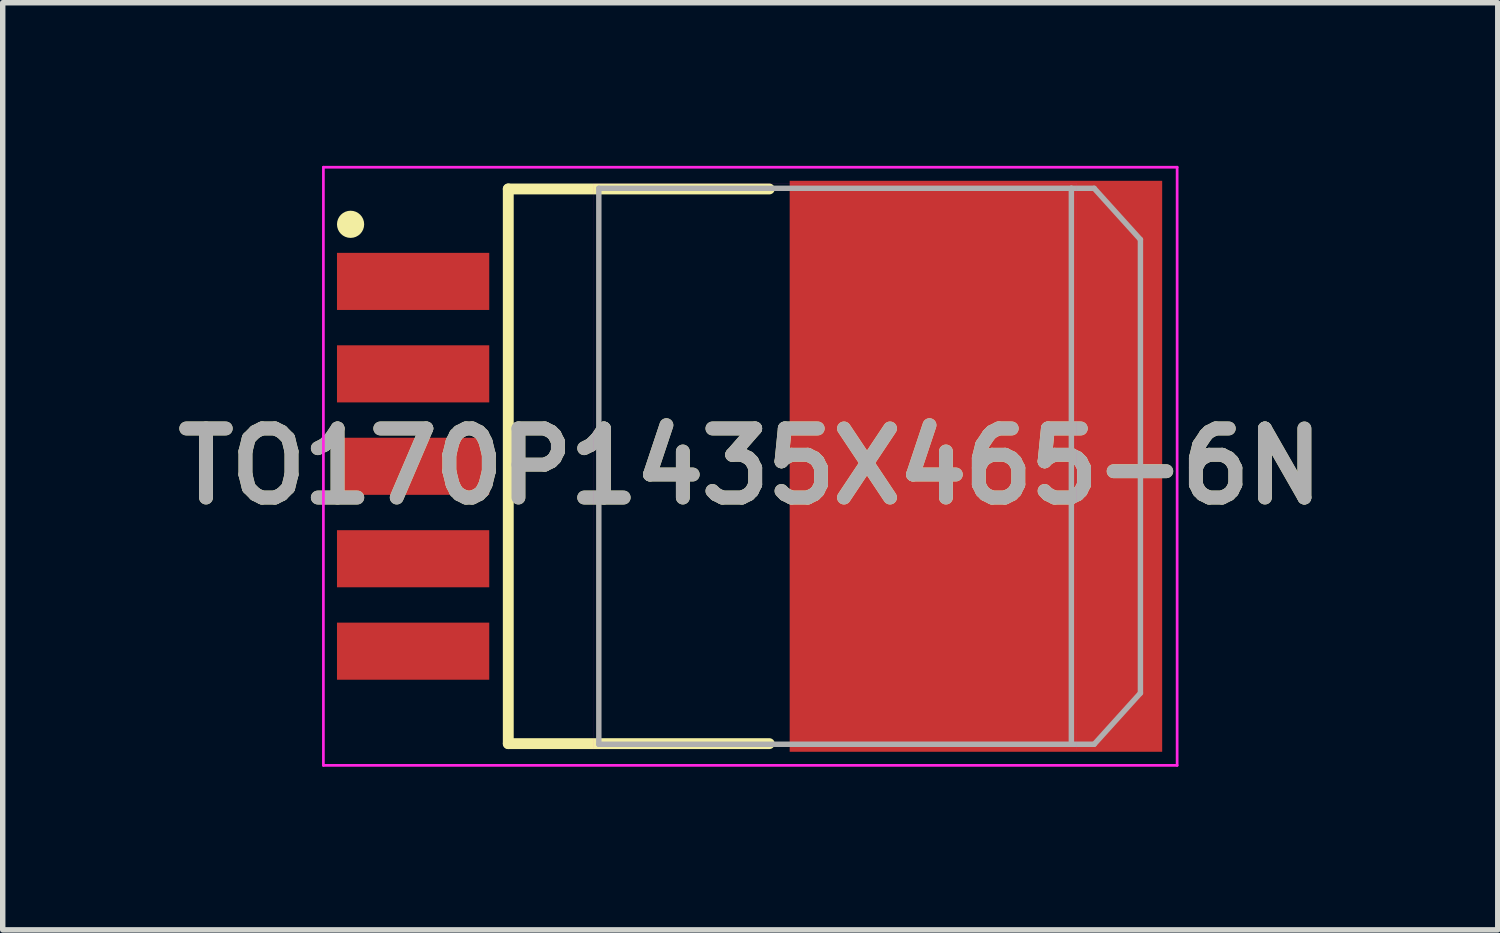
<source format=kicad_pcb>
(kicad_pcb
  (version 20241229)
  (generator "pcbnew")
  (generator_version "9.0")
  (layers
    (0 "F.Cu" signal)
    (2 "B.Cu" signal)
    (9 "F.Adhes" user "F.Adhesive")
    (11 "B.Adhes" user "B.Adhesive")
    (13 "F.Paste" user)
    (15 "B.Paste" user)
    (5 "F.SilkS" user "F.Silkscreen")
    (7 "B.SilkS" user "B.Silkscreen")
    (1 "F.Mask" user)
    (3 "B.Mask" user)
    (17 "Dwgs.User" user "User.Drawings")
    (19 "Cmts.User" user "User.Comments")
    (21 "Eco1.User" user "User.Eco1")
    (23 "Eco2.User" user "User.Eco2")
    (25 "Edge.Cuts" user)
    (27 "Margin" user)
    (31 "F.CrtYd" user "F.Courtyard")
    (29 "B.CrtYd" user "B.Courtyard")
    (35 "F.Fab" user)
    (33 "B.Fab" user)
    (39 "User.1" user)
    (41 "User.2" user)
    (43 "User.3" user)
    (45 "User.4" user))
  (footprint "TO170P1435X465-6N"
    (layer "F.Cu")
    (at 10.747 5.525)
    (property "Reference" "TO170P1435X465-6N" (at 0 0 0) (layer "F.SilkS") (effects (font (size 1.27 1.27) (thickness 0.254))))
    (attr smd)
    (fp_line (start -4.45 -5.1) (end 0.35 -5.1) (stroke (width 0.2) (type solid)) (layer "F.SilkS"))
    (fp_line (start -4.45 5.1) (end -4.45 -5.1) (stroke (width 0.2) (type solid)) (layer "F.SilkS"))
    (fp_line (start 0.35 5.1) (end -4.45 5.1) (stroke (width 0.2) (type solid)) (layer "F.SilkS"))
    (fp_circle (center -7.35 -4.45) (end -7.35 -4.325) (stroke (width 0.25) (type solid)) (fill no) (layer "F.SilkS"))
    (fp_line (start -7.85 -5.5) (end -7.85 5.5) (stroke (width 0.05) (type solid)) (layer "F.CrtYd"))
    (fp_line (start -7.85 5.5) (end 7.85 5.5) (stroke (width 0.05) (type solid)) (layer "F.CrtYd"))
    (fp_line (start -2.885 -5.205) (end -2.885 5.205) (stroke (width 0.001) (type solid)) (layer "F.CrtYd"))
    (fp_line (start -2.885 5.205) (end 6.005 5.205) (stroke (width 0.001) (type solid)) (layer "F.CrtYd"))
    (fp_line (start 6.005 -5.205) (end -2.885 -5.205) (stroke (width 0.001) (type solid)) (layer "F.CrtYd"))
    (fp_line (start 6.005 5.205) (end 6.005 -5.205) (stroke (width 0.001) (type solid)) (layer "F.CrtYd"))
    (fp_line (start 7.85 -5.5) (end -7.85 -5.5) (stroke (width 0.05) (type solid)) (layer "F.CrtYd"))
    (fp_line (start 7.85 5.5) (end 7.85 -5.5) (stroke (width 0.05) (type solid)) (layer "F.CrtYd"))
    (fp_line (start -2.785 -5.112) (end -2.785 5.112) (stroke (width 0.1) (type solid)) (layer "F.Fab"))
    (fp_line (start -2.785 5.112) (end 5.905 5.112) (stroke (width 0.1) (type solid)) (layer "F.Fab"))
    (fp_line (start 5.905 -5.112) (end -2.785 -5.112) (stroke (width 0.1) (type solid)) (layer "F.Fab"))
    (fp_line (start 5.905 5.112) (end 5.905 -5.112) (stroke (width 0.1) (type solid)) (layer "F.Fab"))
    (fp_line (start 5.905 5.112) (end 6.324 5.112) (stroke (width 0.1) (type solid)) (layer "F.Fab"))
    (fp_line (start 6.324 -5.112) (end 5.905 -5.112) (stroke (width 0.1) (type solid)) (layer "F.Fab"))
    (fp_line (start 6.324 5.112) (end 7.175 4.17) (stroke (width 0.1) (type solid)) (layer "F.Fab"))
    (fp_line (start 7.175 -4.17) (end 6.324 -5.112) (stroke (width 0.1) (type solid)) (layer "F.Fab"))
    (fp_line (start 7.175 4.17) (end 7.175 -4.17) (stroke (width 0.1) (type solid)) (layer "F.Fab"))
    (fp_text user "${REFERENCE}" (at 0 0 0) (layer "F.Fab") (effects (font (size 1.27 1.27) (thickness 0.254))))
    (pad "1" smd rect (at -6.2 -3.4 90) (size 1.05 2.8) (layers "F.Cu" "F.Mask" "F.Paste"))
    (pad "2" smd rect (at -6.2 -1.7 90) (size 1.05 2.8) (layers "F.Cu" "F.Mask" "F.Paste"))
    (pad "3" smd rect (at -6.2 0 90) (size 1.05 2.8) (layers "F.Cu" "F.Mask" "F.Paste"))
    (pad "4" smd rect (at -6.2 1.7 90) (size 1.05 2.8) (layers "F.Cu" "F.Mask" "F.Paste"))
    (pad "5" smd rect (at -6.2 3.4 90) (size 1.05 2.8) (layers "F.Cu" "F.Mask" "F.Paste"))
    (pad "6" smd rect (at 4.15 0) (size 6.85 10.5) (layers "F.Cu" "F.Mask" "F.Paste")))
  (gr_rect
    (start -3 -3)
    (end 24.493 14.05)
    (stroke (width 0.1) (type default))
    (fill no)
    (layer "Edge.Cuts")))
</source>
